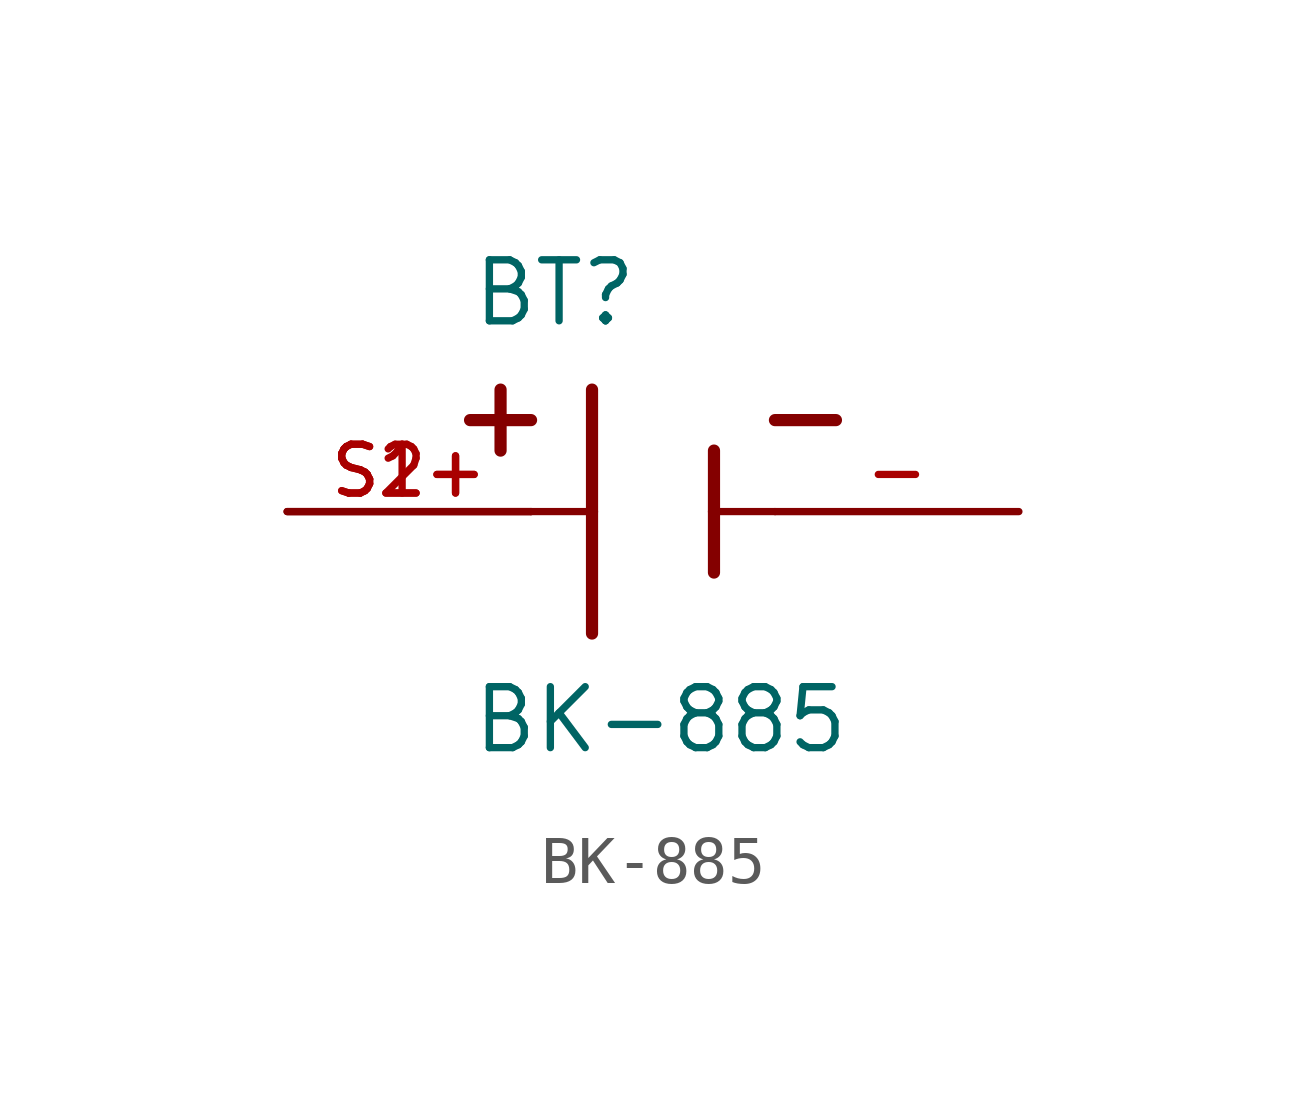
<source format=kicad_sym>
(kicad_symbol_lib
  (version 20211014)
  (generator kicad_symbol_editor)
  (symbol "BK-885"
    (pin_names
      (offset 1.016))
    (property "Reference" "BT"
      (at -3.81 3.81 0)
      (effects (font (size 1.27 1.27)) (justify bottom left)))
    (property "Value" "BK-885"
      (at -3.81 -5.08 0)
      (effects (font (size 1.27 1.27)) (justify bottom left)))
    (symbol "BK-885_0_0"
      (polyline (pts (xy -1.27 2.54) (xy -1.27 0.0)) (stroke (width 0.254)))
      (polyline (pts (xy -1.27 0.0) (xy -1.27 -2.54)) (stroke (width 0.254)))
      (polyline (pts (xy 1.27 1.27) (xy 1.27 0.0)) (stroke (width 0.254)))
      (polyline (pts (xy 1.27 0.0) (xy 1.27 -1.27)) (stroke (width 0.254)))
      (polyline (pts (xy -1.27 0.0) (xy -2.54 0.0)) (stroke (width 0.152)))
      (polyline (pts (xy 1.27 0.0) (xy 2.54 0.0)) (stroke (width 0.152)))
      (polyline (pts (xy -3.175 2.54) (xy -3.175 1.27)) (stroke (width 0.254)))
      (polyline (pts (xy -3.81 1.905) (xy -2.54 1.905)) (stroke (width 0.254)))
      (polyline (pts (xy 3.81 1.905) (xy 2.54 1.905)) (stroke (width 0.254)))
      (pin passive line (at -7.62 0.0 0) (length 5.08) (name "~" (effects (font (size 1.016 1.016)))) (number "S1+" (effects (font (size 1.016 1.016)))))
      (pin passive line (at -7.62 0.0 0) (length 5.08) (name "~" (effects (font (size 1.016 1.016)))) (number "S2+" (effects (font (size 1.016 1.016)))))
      (pin passive line (at 7.62 0.0 180.0) (length 5.08) (name "~" (effects (font (size 1.016 1.016)))) (number "-" (effects (font (size 1.016 1.016))))))))
</source>
